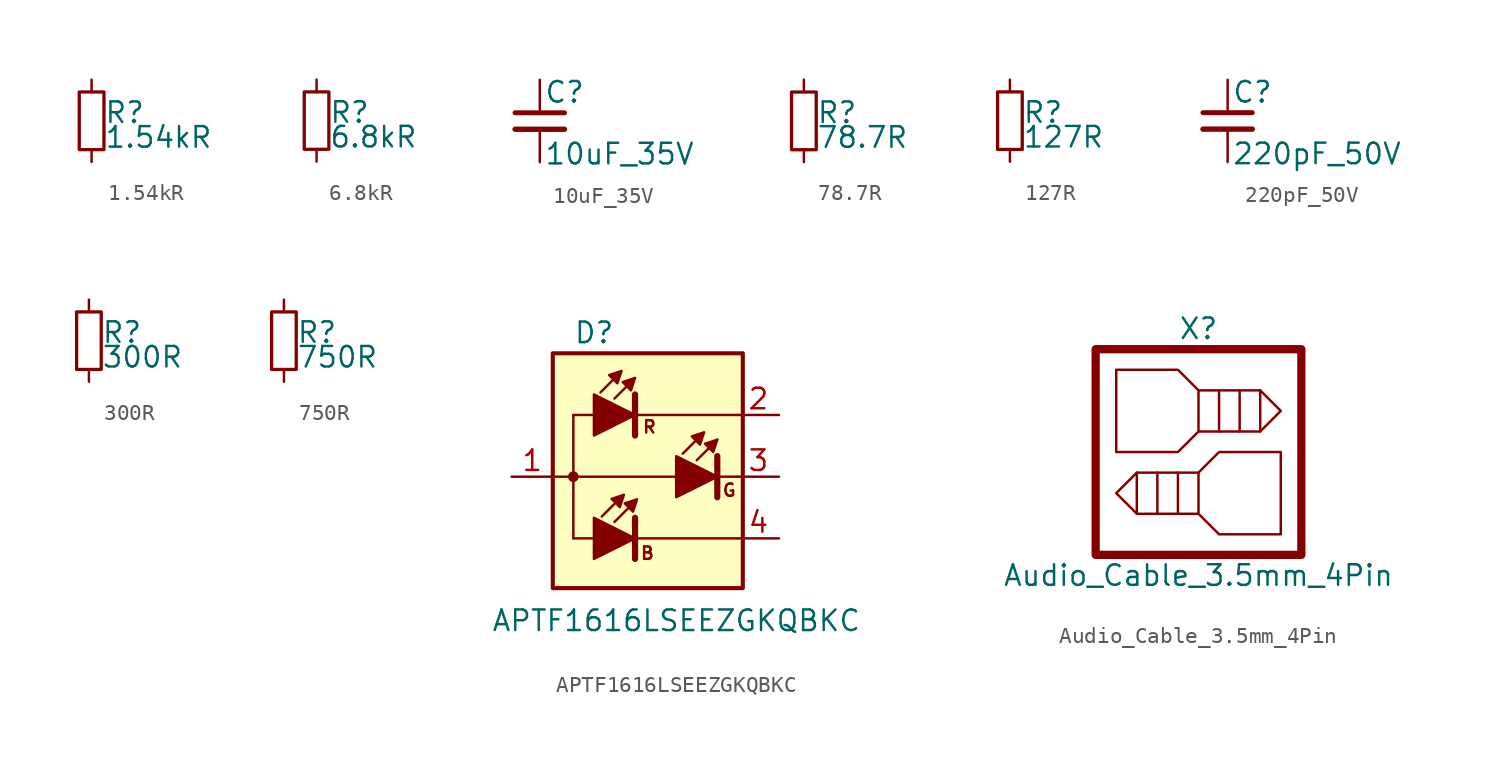
<source format=kicad_sym>
(kicad_symbol_lib
  (version 20211014)
  (generator kicad_symbol_editor)
  (symbol "1.54kR"
    (pin_numbers hide)
    (pin_names
      (offset 0.254) hide)
    (property "Reference" "R"
      (at 0.762 0.508 0)
      (effects (font (size 1.27 1.27)) (justify left)))
    (property "Value" "1.54kR"
      (at 0.762 -1.016 0)
      (effects (font (size 1.27 1.27)) (justify left)))
    (symbol "1.54kR_0_1"
      (rectangle (start -0.762 1.778) (end 0.762 -1.778) (stroke (width 0.203) (type default) (color 0 0 0 0)) (fill (type none))))
    (symbol "1.54kR_1_1"
      (pin passive line (at 0 2.54 270) (length 0.762) (name "~" (effects (font (size 1.27 1.27)))) (number "1" (effects (font (size 1.27 1.27)))))
      (pin passive line (at 0 -2.54 90) (length 0.762) (name "~" (effects (font (size 1.27 1.27)))) (number "2" (effects (font (size 1.27 1.27)))))))
  (symbol "6.8kR"
    (pin_numbers hide)
    (pin_names
      (offset 0.254) hide)
    (property "Reference" "R"
      (at 0.762 0.508 0)
      (effects (font (size 1.27 1.27)) (justify left)))
    (property "Value" "6.8kR"
      (at 0.762 -1.016 0)
      (effects (font (size 1.27 1.27)) (justify left)))
    (symbol "6.8kR_0_1"
      (rectangle (start -0.762 1.778) (end 0.762 -1.778) (stroke (width 0.203) (type default) (color 0 0 0 0)) (fill (type none))))
    (symbol "6.8kR_1_1"
      (pin passive line (at 0 2.54 270) (length 0.762) (name "~" (effects (font (size 1.27 1.27)))) (number "1" (effects (font (size 1.27 1.27)))))
      (pin passive line (at 0 -2.54 90) (length 0.762) (name "~" (effects (font (size 1.27 1.27)))) (number "2" (effects (font (size 1.27 1.27)))))))
  (symbol "10uF_35V"
    (pin_numbers hide)
    (pin_names
      (offset 0.254) hide)
    (property "Reference" "C"
      (at 0.254 1.778 0)
      (effects (font (size 1.27 1.27)) (justify left)))
    (property "Value" "10uF_35V"
      (at 0.254 -2.032 0)
      (effects (font (size 1.27 1.27)) (justify left)))
    (symbol "10uF_35V_0_1"
      (polyline (pts (xy -1.524 -0.508) (xy 1.524 -0.508)) (stroke (width 0.33) (type default) (color 0 0 0 0)) (fill (type none)))
      (polyline (pts (xy -1.524 0.508) (xy 1.524 0.508)) (stroke (width 0.305) (type default) (color 0 0 0 0)) (fill (type none))))
    (symbol "10uF_35V_1_1"
      (pin passive line (at 0 2.54 270) (length 2.032) (name "~" (effects (font (size 1.27 1.27)))) (number "1" (effects (font (size 1.27 1.27)))))
      (pin passive line (at 0 -2.54 90) (length 2.032) (name "~" (effects (font (size 1.27 1.27)))) (number "2" (effects (font (size 1.27 1.27)))))))
  (symbol "78.7R"
    (pin_numbers hide)
    (pin_names
      (offset 0.254) hide)
    (property "Reference" "R"
      (at 0.762 0.508 0)
      (effects (font (size 1.27 1.27)) (justify left)))
    (property "Value" "78.7R"
      (at 0.762 -1.016 0)
      (effects (font (size 1.27 1.27)) (justify left)))
    (symbol "78.7R_0_1"
      (rectangle (start -0.762 1.778) (end 0.762 -1.778) (stroke (width 0.203) (type default) (color 0 0 0 0)) (fill (type none))))
    (symbol "78.7R_1_1"
      (pin passive line (at 0 2.54 270) (length 0.762) (name "~" (effects (font (size 1.27 1.27)))) (number "1" (effects (font (size 1.27 1.27)))))
      (pin passive line (at 0 -2.54 90) (length 0.762) (name "~" (effects (font (size 1.27 1.27)))) (number "2" (effects (font (size 1.27 1.27)))))))
  (symbol "127R"
    (pin_numbers hide)
    (pin_names
      (offset 0.254) hide)
    (property "Reference" "R"
      (at 0.762 0.508 0)
      (effects (font (size 1.27 1.27)) (justify left)))
    (property "Value" "127R"
      (at 0.762 -1.016 0)
      (effects (font (size 1.27 1.27)) (justify left)))
    (symbol "127R_0_1"
      (rectangle (start -0.762 1.778) (end 0.762 -1.778) (stroke (width 0.203) (type default) (color 0 0 0 0)) (fill (type none))))
    (symbol "127R_1_1"
      (pin passive line (at 0 2.54 270) (length 0.762) (name "~" (effects (font (size 1.27 1.27)))) (number "1" (effects (font (size 1.27 1.27)))))
      (pin passive line (at 0 -2.54 90) (length 0.762) (name "~" (effects (font (size 1.27 1.27)))) (number "2" (effects (font (size 1.27 1.27)))))))
  (symbol "220pF_50V"
    (pin_numbers hide)
    (pin_names
      (offset 0.254) hide)
    (property "Reference" "C"
      (at 0.254 1.778 0)
      (effects (font (size 1.27 1.27)) (justify left)))
    (property "Value" "220pF_50V"
      (at 0.254 -2.032 0)
      (effects (font (size 1.27 1.27)) (justify left)))
    (symbol "220pF_50V_0_1"
      (polyline (pts (xy -1.524 -0.508) (xy 1.524 -0.508)) (stroke (width 0.33) (type default) (color 0 0 0 0)) (fill (type none)))
      (polyline (pts (xy -1.524 0.508) (xy 1.524 0.508)) (stroke (width 0.305) (type default) (color 0 0 0 0)) (fill (type none))))
    (symbol "220pF_50V_1_1"
      (pin passive line (at 0 2.54 270) (length 2.032) (name "~" (effects (font (size 1.27 1.27)))) (number "1" (effects (font (size 1.27 1.27)))))
      (pin passive line (at 0 -2.54 90) (length 2.032) (name "~" (effects (font (size 1.27 1.27)))) (number "2" (effects (font (size 1.27 1.27)))))))
  (symbol "300R"
    (pin_numbers hide)
    (pin_names
      (offset 0.254) hide)
    (property "Reference" "R"
      (at 0.762 0.508 0)
      (effects (font (size 1.27 1.27)) (justify left)))
    (property "Value" "300R"
      (at 0.762 -1.016 0)
      (effects (font (size 1.27 1.27)) (justify left)))
    (symbol "300R_0_1"
      (rectangle (start -0.762 1.778) (end 0.762 -1.778) (stroke (width 0.203) (type default) (color 0 0 0 0)) (fill (type none))))
    (symbol "300R_1_1"
      (pin passive line (at 0 2.54 270) (length 0.762) (name "~" (effects (font (size 1.27 1.27)))) (number "1" (effects (font (size 1.27 1.27)))))
      (pin passive line (at 0 -2.54 90) (length 0.762) (name "~" (effects (font (size 1.27 1.27)))) (number "2" (effects (font (size 1.27 1.27)))))))
  (symbol "750R"
    (pin_numbers hide)
    (pin_names
      (offset 0.254) hide)
    (property "Reference" "R"
      (at 0.762 0.508 0)
      (effects (font (size 1.27 1.27)) (justify left)))
    (property "Value" "750R"
      (at 0.762 -1.016 0)
      (effects (font (size 1.27 1.27)) (justify left)))
    (symbol "750R_0_1"
      (rectangle (start -0.762 1.778) (end 0.762 -1.778) (stroke (width 0.203) (type default) (color 0 0 0 0)) (fill (type none))))
    (symbol "750R_1_1"
      (pin passive line (at 0 2.54 270) (length 0.762) (name "~" (effects (font (size 1.27 1.27)))) (number "1" (effects (font (size 1.27 1.27)))))
      (pin passive line (at 0 -2.54 90) (length 0.762) (name "~" (effects (font (size 1.27 1.27)))) (number "2" (effects (font (size 1.27 1.27)))))))
  (symbol "APTF1616LSEEZGKQBKC"
    (pin_names
      (offset 0.025) hide)
    (property "Reference" "D"
      (at -5.08 8.89 0)
      (effects (font (size 1.27 1.27)) (justify left)))
    (property "Value" "APTF1616LSEEZGKQBKC"
      (at -10.16 -8.89 0)
      (effects (font (size 1.27 1.27)) (justify left)))
    (symbol "APTF1616LSEEZGKQBKC_0_0"
      (text "B" (at -0.508 -4.724 0) (effects (font (size 0.762 0.762))))
      (text "G" (at 4.547 -0.838 0) (effects (font (size 0.762 0.762))))
      (text "R" (at -0.381 3.073 0) (effects (font (size 0.762 0.762)))))
    (symbol "APTF1616LSEEZGKQBKC_0_1"
      (rectangle (start -6.35 7.62) (end 5.385 -6.883) (stroke (width 0.254) (type default) (color 0 0 0 0)) (fill (type background)))
      (circle (center -5.08 0) (radius 0.254) (stroke (width 0) (type default) (color 0 0 0 0)) (fill (type outline)))
      (polyline (pts (xy -6.35 0) (xy 1.27 0)) (stroke (width 0) (type default) (color 0 0 0 0)) (fill (type none)))
      (polyline (pts (xy -5.08 -3.81) (xy -3.81 -3.81)) (stroke (width 0) (type default) (color 0 0 0 0)) (fill (type none)))
      (polyline (pts (xy -3.81 3.81) (xy -5.08 3.81)) (stroke (width 0) (type default) (color 0 0 0 0)) (fill (type none)))
      (polyline (pts (xy -3.404 5.207) (xy -2.134 6.477)) (stroke (width 0) (type default) (color 0 0 0 0)) (fill (type none)))
      (polyline (pts (xy -3.327 -2.464) (xy -2.057 -1.194)) (stroke (width 0) (type default) (color 0 0 0 0)) (fill (type none)))
      (polyline (pts (xy -2.54 -2.794) (xy -1.27 -1.524)) (stroke (width 0) (type default) (color 0 0 0 0)) (fill (type none)))
      (polyline (pts (xy -2.54 4.826) (xy -1.27 6.096)) (stroke (width 0) (type default) (color 0 0 0 0)) (fill (type none)))
      (polyline (pts (xy -1.27 -3.81) (xy 5.08 -3.81)) (stroke (width 0) (type default) (color 0 0 0 0)) (fill (type none)))
      (polyline (pts (xy -1.27 -2.54) (xy -1.27 -5.08)) (stroke (width 0.381) (type default) (color 0 0 0 0)) (fill (type none)))
      (polyline (pts (xy -1.27 3.81) (xy 5.08 3.81)) (stroke (width 0) (type default) (color 0 0 0 0)) (fill (type none)))
      (polyline (pts (xy -1.27 5.08) (xy -1.27 2.54)) (stroke (width 0.381) (type default) (color 0 0 0 0)) (fill (type none)))
      (polyline (pts (xy 1.676 1.422) (xy 2.946 2.692)) (stroke (width 0) (type default) (color 0 0 0 0)) (fill (type none)))
      (polyline (pts (xy 2.54 1.016) (xy 3.81 2.286)) (stroke (width 0) (type default) (color 0 0 0 0)) (fill (type none)))
      (polyline (pts (xy 3.81 0) (xy 5.08 0)) (stroke (width 0) (type default) (color 0 0 0 0)) (fill (type none)))
      (polyline (pts (xy 3.81 1.27) (xy 3.81 -1.27)) (stroke (width 0.381) (type default) (color 0 0 0 0)) (fill (type none)))
      (polyline (pts (xy -5.08 -3.81) (xy -5.08 3.81) (xy -5.08 1.27)) (stroke (width 0) (type default) (color 0 0 0 0)) (fill (type none)))
      (polyline (pts (xy -3.81 -2.54) (xy -3.81 -5.08) (xy -1.27 -3.81) (xy -3.81 -2.54)) (stroke (width 0) (type default) (color 0 0 0 0)) (fill (type outline)))
      (polyline (pts (xy -3.81 5.08) (xy -3.81 2.54) (xy -1.27 3.81) (xy -3.81 5.08)) (stroke (width 0) (type default) (color 0 0 0 0)) (fill (type outline)))
      (polyline (pts (xy -2.108 6.528) (xy -2.362 5.766) (xy -2.87 6.274) (xy -2.108 6.528)) (stroke (width 0) (type default) (color 0 0 0 0)) (fill (type outline)))
      (polyline (pts (xy -1.956 -1.118) (xy -2.21 -1.88) (xy -2.718 -1.372) (xy -1.956 -1.118)) (stroke (width 0) (type default) (color 0 0 0 0)) (fill (type outline)))
      (polyline (pts (xy -1.27 6.096) (xy -1.524 5.334) (xy -2.032 5.842) (xy -1.27 6.096)) (stroke (width 0) (type default) (color 0 0 0 0)) (fill (type outline)))
      (polyline (pts (xy -1.143 -1.397) (xy -1.397 -2.159) (xy -1.905 -1.651) (xy -1.143 -1.397)) (stroke (width 0) (type default) (color 0 0 0 0)) (fill (type outline)))
      (polyline (pts (xy 1.27 1.27) (xy 1.27 -1.27) (xy 3.81 0) (xy 1.27 1.27)) (stroke (width 0) (type default) (color 0 0 0 0)) (fill (type outline)))
      (polyline (pts (xy 2.997 2.743) (xy 2.743 1.981) (xy 2.235 2.489) (xy 2.997 2.743)) (stroke (width 0) (type default) (color 0 0 0 0)) (fill (type outline)))
      (polyline (pts (xy 3.81 2.286) (xy 3.556 1.524) (xy 3.048 2.032) (xy 3.81 2.286)) (stroke (width 0) (type default) (color 0 0 0 0)) (fill (type outline))))
    (symbol "APTF1616LSEEZGKQBKC_1_1"
      (pin passive line (at -8.89 0 0) (length 2.54) (name "A" (effects (font (size 1.27 1.27)))) (number "1" (effects (font (size 1.27 1.27)))))
      (pin passive line (at 7.62 3.81 180) (length 2.54) (name "KR" (effects (font (size 1.27 1.27)))) (number "2" (effects (font (size 1.27 1.27)))))
      (pin passive line (at 7.62 0 180) (length 2.54) (name "KG" (effects (font (size 1.27 1.27)))) (number "3" (effects (font (size 1.27 1.27)))))
      (pin passive line (at 7.62 -3.81 180) (length 2.54) (name "KB" (effects (font (size 1.27 1.27)))) (number "4" (effects (font (size 1.27 1.27)))))))
  (symbol "Audio_Cable_3.5mm_4Pin"
    (pin_names
      (offset 1.016))
    (property "Reference" "X"
      (at 0 7.62 0)
      (effects (font (size 1.27 1.27))))
    (property "Value" "Audio_Cable_3.5mm_4Pin"
      (at 0 -7.62 0)
      (effects (font (size 1.27 1.27))))
    (symbol "Audio_Cable_3.5mm_4Pin_0_1"
      (rectangle (start -6.35 6.35) (end 6.35 -6.35) (stroke (width 0.508) (type default) (color 0 0 0 0)) (fill (type none)))
      (polyline (pts (xy 0 3.81) (xy 0 1.27)) (stroke (width 0) (type default) (color 0 0 0 0)) (fill (type none)))
      (polyline (pts (xy 1.27 3.81) (xy 1.27 1.27)) (stroke (width 0) (type default) (color 0 0 0 0)) (fill (type none)))
      (polyline (pts (xy 2.54 3.81) (xy 2.54 1.27)) (stroke (width 0) (type default) (color 0 0 0 0)) (fill (type none)))
      (polyline (pts (xy 3.81 3.81) (xy 3.81 1.27)) (stroke (width 0) (type default) (color 0 0 0 0)) (fill (type none)))
      (polyline (pts (xy -5.08 5.08) (xy -1.27 5.08) (xy 0 3.81) (xy 3.81 3.81) (xy 5.08 2.54) (xy 3.81 1.27) (xy 0 1.27) (xy -1.27 0) (xy -5.08 0) (xy -5.08 5.08)) (stroke (width 0) (type default) (color 0 0 0 0)) (fill (type none))))
    (symbol "Audio_Cable_3.5mm_4Pin_1_1"
      (polyline (pts (xy -3.81 -3.81) (xy -3.81 -1.27)) (stroke (width 0) (type default) (color 0 0 0 0)) (fill (type none)))
      (polyline (pts (xy -2.54 -3.81) (xy -2.54 -1.27)) (stroke (width 0) (type default) (color 0 0 0 0)) (fill (type none)))
      (polyline (pts (xy -1.27 -3.81) (xy -1.27 -1.27)) (stroke (width 0) (type default) (color 0 0 0 0)) (fill (type none)))
      (polyline (pts (xy 0 -3.81) (xy 0 -1.27)) (stroke (width 0) (type default) (color 0 0 0 0)) (fill (type none)))
      (polyline (pts (xy 5.08 -5.08) (xy 1.27 -5.08) (xy 0 -3.81) (xy -3.81 -3.81) (xy -5.08 -2.54) (xy -3.81 -1.27) (xy 0 -1.27) (xy 1.27 0) (xy 5.08 0) (xy 5.08 -5.08)) (stroke (width 0) (type default) (color 0 0 0 0)) (fill (type none))))))
</source>
